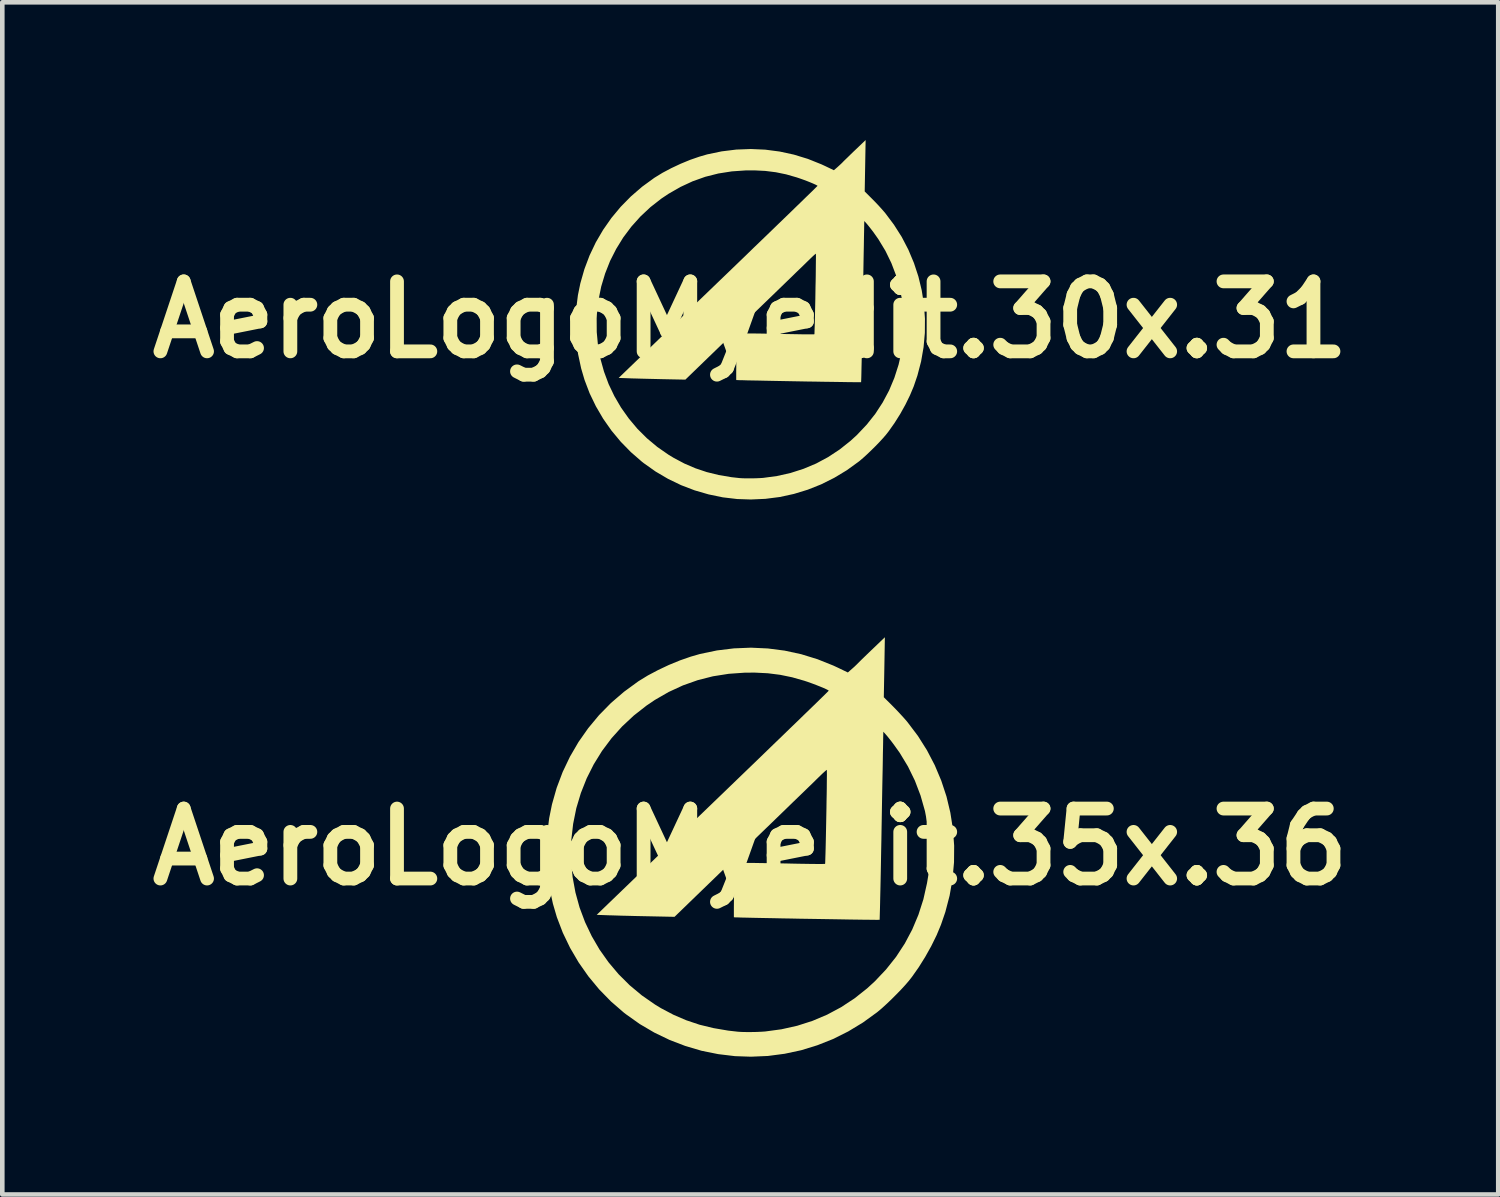
<source format=kicad_pcb>
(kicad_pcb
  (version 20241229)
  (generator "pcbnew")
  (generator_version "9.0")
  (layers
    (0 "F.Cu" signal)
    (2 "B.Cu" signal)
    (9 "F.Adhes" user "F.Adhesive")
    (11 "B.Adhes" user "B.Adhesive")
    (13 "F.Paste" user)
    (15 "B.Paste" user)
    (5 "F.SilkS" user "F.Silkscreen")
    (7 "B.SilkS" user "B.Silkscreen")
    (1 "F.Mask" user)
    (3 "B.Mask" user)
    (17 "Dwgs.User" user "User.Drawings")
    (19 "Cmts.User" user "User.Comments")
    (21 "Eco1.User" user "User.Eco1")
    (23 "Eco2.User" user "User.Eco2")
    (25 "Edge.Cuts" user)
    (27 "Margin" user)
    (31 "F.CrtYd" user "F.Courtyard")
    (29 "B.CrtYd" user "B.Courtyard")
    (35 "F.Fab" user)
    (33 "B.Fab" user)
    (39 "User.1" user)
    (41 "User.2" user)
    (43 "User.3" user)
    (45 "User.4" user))
  (footprint "AeroLogoMyedit.30x.31"
    (layer "F.Cu")
    (at 13.288 3.912)
    (property "Reference" "AeroLogoMyedit.30x.31" (at 0 0 0) (layer "F.SilkS") (effects (font (size 1.524 1.524) (thickness 0.3))))
    (attr board_only exclude_from_pos_files exclude_from_bom)
    (fp_poly (pts (xy 2.502 -3.352) (xy 2.492 -2.793) (xy 2.658 -2.627) (xy 2.724 -2.56) (xy 2.794 -2.486) (xy 2.86 -2.413) (xy 2.917 -2.348) (xy 2.936 -2.326) (xy 3.128 -2.07) (xy 3.298 -1.803) (xy 3.443 -1.524) (xy 3.564 -1.236) (xy 3.661 -0.941) (xy 3.734 -0.639) (xy 3.782 -0.332) (xy 3.804 -0.023) (xy 3.802 0.288) (xy 3.774 0.599) (xy 3.72 0.909) (xy 3.64 1.215) (xy 3.559 1.453) (xy 3.477 1.648) (xy 3.378 1.85) (xy 3.265 2.053) (xy 3.143 2.247) (xy 3.017 2.426) (xy 2.957 2.503) (xy 2.894 2.576) (xy 2.816 2.661) (xy 2.728 2.752) (xy 2.635 2.844) (xy 2.543 2.932) (xy 2.456 3.011) (xy 2.38 3.076) (xy 2.366 3.087) (xy 2.104 3.277) (xy 1.829 3.443) (xy 1.545 3.585) (xy 1.251 3.702) (xy 0.95 3.794) (xy 0.642 3.861) (xy 0.329 3.901) (xy 0.012 3.915) (xy -0.285 3.905) (xy -0.599 3.868) (xy -0.908 3.804) (xy -1.211 3.716) (xy -1.506 3.603) (xy -1.79 3.466) (xy -2.062 3.306) (xy -2.319 3.124) (xy -2.36 3.092) (xy -2.599 2.884) (xy -2.82 2.658) (xy -3.022 2.415) (xy -3.203 2.157) (xy -3.362 1.885) (xy -3.498 1.603) (xy -3.609 1.311) (xy -3.683 1.059) (xy -3.751 0.741) (xy -3.792 0.422) (xy -3.806 0.102) (xy -3.801 -0.027) (xy -3.345 -0.027) (xy -3.343 0.27) (xy -3.316 0.563) (xy -3.263 0.851) (xy -3.185 1.131) (xy -3.084 1.403) (xy -2.959 1.665) (xy -2.813 1.915) (xy -2.645 2.152) (xy -2.458 2.375) (xy -2.25 2.582) (xy -2.024 2.771) (xy -1.779 2.941) (xy -1.665 3.01) (xy -1.433 3.133) (xy -1.195 3.235) (xy -0.948 3.318) (xy -0.688 3.382) (xy -0.411 3.429) (xy -0.231 3.449) (xy -0.163 3.453) (xy -0.076 3.455) (xy 0.021 3.455) (xy 0.12 3.453) (xy 0.212 3.449) (xy 0.278 3.445) (xy 0.582 3.404) (xy 0.876 3.338) (xy 1.16 3.247) (xy 1.434 3.132) (xy 1.695 2.992) (xy 1.944 2.828) (xy 2.181 2.64) (xy 2.324 2.509) (xy 2.534 2.287) (xy 2.721 2.052) (xy 2.883 1.803) (xy 3.023 1.541) (xy 3.138 1.266) (xy 3.23 0.978) (xy 3.299 0.676) (xy 3.325 0.515) (xy 3.333 0.433) (xy 3.339 0.331) (xy 3.342 0.215) (xy 3.343 0.091) (xy 3.341 -0.034) (xy 3.336 -0.153) (xy 3.329 -0.26) (xy 3.32 -0.349) (xy 3.318 -0.366) (xy 3.259 -0.669) (xy 3.177 -0.959) (xy 3.072 -1.235) (xy 2.943 -1.5) (xy 2.789 -1.754) (xy 2.679 -1.91) (xy 2.635 -1.967) (xy 2.592 -2.022) (xy 2.554 -2.069) (xy 2.532 -2.095) (xy 2.483 -2.149) (xy 2.481 -2.082) (xy 2.481 -2.06) (xy 2.48 -2.012) (xy 2.479 -1.941) (xy 2.477 -1.848) (xy 2.475 -1.735) (xy 2.473 -1.603) (xy 2.47 -1.455) (xy 2.467 -1.291) (xy 2.464 -1.114) (xy 2.461 -0.925) (xy 2.457 -0.726) (xy 2.453 -0.52) (xy 2.45 -0.33) (xy 2.446 -0.118) (xy 2.442 0.086) (xy 2.439 0.28) (xy 2.435 0.464) (xy 2.432 0.636) (xy 2.428 0.793) (xy 2.425 0.934) (xy 2.422 1.058) (xy 2.42 1.163) (xy 2.418 1.248) (xy 2.416 1.31) (xy 2.414 1.348) (xy 2.414 1.361) (xy 2.399 1.361) (xy 2.36 1.361) (xy 2.299 1.361) (xy 2.217 1.36) (xy 2.116 1.359) (xy 2 1.357) (xy 1.87 1.355) (xy 1.728 1.353) (xy 1.577 1.351) (xy 1.419 1.348) (xy 1.256 1.346) (xy 1.09 1.343) (xy 0.924 1.34) (xy 0.759 1.337) (xy 0.598 1.334) (xy 0.444 1.331) (xy 0.298 1.328) (xy 0.163 1.325) (xy 0.04 1.323) (xy -0.067 1.321) (xy -0.157 1.318) (xy -0.228 1.317) (xy -0.277 1.315) (xy -0.302 1.314) (xy -0.305 1.313) (xy -0.306 1.299) (xy -0.306 1.261) (xy -0.306 1.202) (xy -0.306 1.124) (xy -0.305 1.032) (xy -0.304 0.927) (xy -0.302 0.813) (xy -0.302 0.803) (xy -0.294 0.298) (xy -0.069 0.299) (xy -0.007 0.299) (xy 0.078 0.3) (xy 0.182 0.301) (xy 0.301 0.303) (xy 0.43 0.305) (xy 0.565 0.308) (xy 0.703 0.31) (xy 0.772 0.312) (xy 0.899 0.314) (xy 1.017 0.316) (xy 1.124 0.318) (xy 1.217 0.319) (xy 1.294 0.319) (xy 1.351 0.319) (xy 1.386 0.318) (xy 1.396 0.317) (xy 1.398 0.303) (xy 1.399 0.264) (xy 1.401 0.204) (xy 1.404 0.125) (xy 1.406 0.029) (xy 1.409 -0.079) (xy 1.411 -0.198) (xy 1.414 -0.324) (xy 1.417 -0.456) (xy 1.419 -0.59) (xy 1.421 -0.723) (xy 1.424 -0.852) (xy 1.426 -0.976) (xy 1.427 -1.09) (xy 1.428 -1.193) (xy 1.429 -1.282) (xy 1.43 -1.353) (xy 1.43 -1.404) (xy 1.429 -1.432) (xy 1.428 -1.437) (xy 1.417 -1.43) (xy 1.391 -1.408) (xy 1.353 -1.373) (xy 1.308 -1.33) (xy 1.305 -1.327) (xy 1.281 -1.303) (xy 1.238 -1.262) (xy 1.179 -1.204) (xy 1.104 -1.131) (xy 1.014 -1.045) (xy 0.912 -0.945) (xy 0.797 -0.834) (xy 0.672 -0.713) (xy 0.538 -0.583) (xy 0.395 -0.445) (xy 0.246 -0.301) (xy 0.091 -0.151) (xy -0.068 0.003) (xy -0.113 0.047) (xy -1.413 1.305) (xy -1.905 1.295) (xy -2.031 1.292) (xy -2.159 1.289) (xy -2.284 1.286) (xy -2.401 1.283) (xy -2.505 1.28) (xy -2.59 1.278) (xy -2.632 1.276) (xy -2.866 1.268) (xy -0.701 -0.818) (xy -0.496 -1.015) (xy -0.297 -1.207) (xy -0.104 -1.393) (xy 0.081 -1.573) (xy 0.26 -1.745) (xy 0.429 -1.908) (xy 0.589 -2.063) (xy 0.738 -2.207) (xy 0.876 -2.34) (xy 1.001 -2.462) (xy 1.114 -2.571) (xy 1.212 -2.667) (xy 1.296 -2.748) (xy 1.364 -2.814) (xy 1.415 -2.865) (xy 1.448 -2.898) (xy 1.464 -2.913) (xy 1.465 -2.915) (xy 1.452 -2.925) (xy 1.419 -2.942) (xy 1.368 -2.965) (xy 1.304 -2.992) (xy 1.231 -3.021) (xy 1.153 -3.05) (xy 1.074 -3.078) (xy 1.008 -3.1) (xy 0.782 -3.165) (xy 0.558 -3.211) (xy 0.328 -3.24) (xy 0.086 -3.252) (xy -0.1 -3.251) (xy -0.402 -3.23) (xy -0.695 -3.184) (xy -0.98 -3.112) (xy -1.255 -3.014) (xy -1.522 -2.89) (xy -1.781 -2.741) (xy -1.935 -2.638) (xy -2.173 -2.452) (xy -2.391 -2.248) (xy -2.589 -2.027) (xy -2.766 -1.791) (xy -2.92 -1.541) (xy -3.053 -1.279) (xy -3.161 -1.005) (xy -3.246 -0.722) (xy -3.305 -0.43) (xy -3.339 -0.131) (xy -3.345 -0.027) (xy -3.801 -0.027) (xy -3.793 -0.217) (xy -3.753 -0.535) (xy -3.7 -0.793) (xy -3.612 -1.101) (xy -3.5 -1.398) (xy -3.364 -1.684) (xy -3.205 -1.956) (xy -3.024 -2.215) (xy -2.822 -2.458) (xy -2.599 -2.685) (xy -2.356 -2.895) (xy -2.094 -3.086) (xy -2.082 -3.094) (xy -1.911 -3.199) (xy -1.72 -3.3) (xy -1.518 -3.395) (xy -1.312 -3.48) (xy -1.11 -3.55) (xy -0.938 -3.6) (xy -0.622 -3.666) (xy -0.304 -3.705) (xy 0.013 -3.717) (xy 0.328 -3.703) (xy 0.641 -3.662) (xy 0.95 -3.595) (xy 1.254 -3.502) (xy 1.551 -3.383) (xy 1.639 -3.342) (xy 1.821 -3.255) (xy 1.897 -3.321) (xy 1.941 -3.361) (xy 1.984 -3.401) (xy 2.014 -3.431) (xy 2.035 -3.453) (xy 2.073 -3.49) (xy 2.124 -3.539) (xy 2.183 -3.597) (xy 2.249 -3.661) (xy 2.283 -3.693) (xy 2.512 -3.912)) (stroke (width 0) (type solid)) (fill yes) (layer "F.SilkS")))
  (footprint "AeroLogoMyedit.35x.36"
    (layer "F.Cu")
    (at 13.288 15.392)
    (property "Reference" "AeroLogoMyedit.35x.36" (at 0 0 0) (layer "F.SilkS") (effects (font (size 1.524 1.524) (thickness 0.3))))
    (attr board_only exclude_from_pos_files exclude_from_bom)
    (fp_poly (pts (xy 2.92 -3.912) (xy 2.908 -3.259) (xy 3.102 -3.066) (xy 3.179 -2.987) (xy 3.26 -2.901) (xy 3.338 -2.816) (xy 3.404 -2.741) (xy 3.426 -2.714) (xy 3.651 -2.416) (xy 3.848 -2.104) (xy 4.018 -1.778) (xy 4.159 -1.443) (xy 4.273 -1.098) (xy 4.357 -0.746) (xy 4.413 -0.388) (xy 4.44 -0.027) (xy 4.437 0.336) (xy 4.404 0.699) (xy 4.341 1.061) (xy 4.248 1.418) (xy 4.153 1.695) (xy 4.058 1.923) (xy 3.942 2.159) (xy 3.81 2.395) (xy 3.668 2.622) (xy 3.521 2.831) (xy 3.45 2.921) (xy 3.377 3.006) (xy 3.286 3.105) (xy 3.183 3.211) (xy 3.075 3.319) (xy 2.967 3.422) (xy 2.866 3.514) (xy 2.777 3.589) (xy 2.761 3.602) (xy 2.455 3.824) (xy 2.135 4.018) (xy 1.803 4.184) (xy 1.46 4.32) (xy 1.109 4.428) (xy 0.75 4.505) (xy 0.384 4.553) (xy 0.014 4.569) (xy -0.332 4.557) (xy -0.699 4.513) (xy -1.06 4.44) (xy -1.413 4.336) (xy -1.757 4.204) (xy -2.089 4.044) (xy -2.406 3.858) (xy -2.706 3.645) (xy -2.754 3.608) (xy -3.033 3.366) (xy -3.291 3.102) (xy -3.526 2.818) (xy -3.737 2.517) (xy -3.923 2.2) (xy -4.082 1.87) (xy -4.212 1.53) (xy -4.298 1.236) (xy -4.378 0.865) (xy -4.425 0.492) (xy -4.442 0.12) (xy -4.435 -0.032) (xy -3.904 -0.032) (xy -3.902 0.315) (xy -3.869 0.657) (xy -3.807 0.993) (xy -3.717 1.32) (xy -3.598 1.638) (xy -3.453 1.943) (xy -3.283 2.235) (xy -3.087 2.512) (xy -2.868 2.772) (xy -2.626 3.013) (xy -2.361 3.234) (xy -2.076 3.432) (xy -1.943 3.513) (xy -1.672 3.656) (xy -1.395 3.775) (xy -1.106 3.872) (xy -0.802 3.946) (xy -0.48 4.001) (xy -0.269 4.025) (xy -0.19 4.03) (xy -0.089 4.032) (xy 0.024 4.032) (xy 0.14 4.03) (xy 0.248 4.025) (xy 0.324 4.02) (xy 0.679 3.972) (xy 1.023 3.895) (xy 1.354 3.789) (xy 1.673 3.654) (xy 1.978 3.491) (xy 2.269 3.3) (xy 2.545 3.081) (xy 2.712 2.928) (xy 2.957 2.669) (xy 3.175 2.395) (xy 3.365 2.104) (xy 3.527 1.799) (xy 3.662 1.478) (xy 3.77 1.141) (xy 3.849 0.789) (xy 3.88 0.601) (xy 3.89 0.506) (xy 3.896 0.386) (xy 3.9 0.251) (xy 3.901 0.106) (xy 3.898 -0.04) (xy 3.893 -0.179) (xy 3.885 -0.304) (xy 3.875 -0.407) (xy 3.872 -0.427) (xy 3.804 -0.781) (xy 3.708 -1.119) (xy 3.585 -1.442) (xy 3.434 -1.751) (xy 3.255 -2.047) (xy 3.126 -2.228) (xy 3.075 -2.296) (xy 3.024 -2.36) (xy 2.981 -2.414) (xy 2.954 -2.445) (xy 2.897 -2.508) (xy 2.896 -2.429) (xy 2.895 -2.404) (xy 2.894 -2.348) (xy 2.893 -2.265) (xy 2.891 -2.157) (xy 2.888 -2.025) (xy 2.886 -1.871) (xy 2.883 -1.698) (xy 2.879 -1.507) (xy 2.875 -1.3) (xy 2.871 -1.08) (xy 2.867 -0.848) (xy 2.863 -0.606) (xy 2.859 -0.385) (xy 2.855 -0.138) (xy 2.85 0.1) (xy 2.846 0.327) (xy 2.842 0.542) (xy 2.838 0.742) (xy 2.834 0.925) (xy 2.83 1.09) (xy 2.827 1.235) (xy 2.824 1.358) (xy 2.821 1.456) (xy 2.819 1.529) (xy 2.818 1.573) (xy 2.817 1.588) (xy 2.8 1.588) (xy 2.755 1.589) (xy 2.683 1.588) (xy 2.587 1.587) (xy 2.47 1.586) (xy 2.334 1.584) (xy 2.182 1.582) (xy 2.017 1.579) (xy 1.84 1.576) (xy 1.656 1.573) (xy 1.465 1.57) (xy 1.272 1.567) (xy 1.078 1.564) (xy 0.886 1.56) (xy 0.698 1.557) (xy 0.518 1.553) (xy 0.348 1.55) (xy 0.19 1.547) (xy 0.047 1.544) (xy -0.079 1.541) (xy -0.184 1.539) (xy -0.266 1.536) (xy -0.323 1.535) (xy -0.352 1.533) (xy -0.356 1.533) (xy -0.357 1.516) (xy -0.357 1.471) (xy -0.357 1.402) (xy -0.357 1.312) (xy -0.356 1.204) (xy -0.354 1.082) (xy -0.352 0.949) (xy -0.352 0.938) (xy -0.343 0.348) (xy -0.081 0.349) (xy -0.008 0.349) (xy 0.092 0.35) (xy 0.213 0.352) (xy 0.351 0.354) (xy 0.502 0.356) (xy 0.66 0.359) (xy 0.82 0.362) (xy 0.901 0.364) (xy 1.049 0.367) (xy 1.187 0.369) (xy 1.312 0.371) (xy 1.421 0.372) (xy 1.51 0.373) (xy 1.576 0.372) (xy 1.617 0.371) (xy 1.629 0.37) (xy 1.631 0.353) (xy 1.633 0.308) (xy 1.635 0.238) (xy 1.638 0.145) (xy 1.641 0.034) (xy 1.644 -0.092) (xy 1.647 -0.231) (xy 1.65 -0.379) (xy 1.653 -0.532) (xy 1.656 -0.688) (xy 1.659 -0.843) (xy 1.661 -0.995) (xy 1.664 -1.139) (xy 1.666 -1.272) (xy 1.667 -1.392) (xy 1.668 -1.496) (xy 1.669 -1.579) (xy 1.668 -1.638) (xy 1.668 -1.671) (xy 1.667 -1.677) (xy 1.654 -1.669) (xy 1.623 -1.643) (xy 1.579 -1.603) (xy 1.526 -1.552) (xy 1.523 -1.548) (xy 1.494 -1.521) (xy 1.445 -1.473) (xy 1.376 -1.405) (xy 1.288 -1.32) (xy 1.184 -1.219) (xy 1.064 -1.103) (xy 0.93 -0.974) (xy 0.784 -0.832) (xy 0.627 -0.68) (xy 0.461 -0.519) (xy 0.287 -0.351) (xy 0.106 -0.176) (xy -0.079 0.004) (xy -0.132 0.055) (xy -1.649 1.523) (xy -2.223 1.511) (xy -2.37 1.508) (xy -2.519 1.505) (xy -2.666 1.501) (xy -2.802 1.498) (xy -2.924 1.494) (xy -3.023 1.491) (xy -3.071 1.49) (xy -3.344 1.48) (xy -0.818 -0.955) (xy -0.579 -1.185) (xy -0.347 -1.409) (xy -0.122 -1.626) (xy 0.095 -1.835) (xy 0.303 -2.036) (xy 0.5 -2.227) (xy 0.687 -2.407) (xy 0.861 -2.576) (xy 1.022 -2.731) (xy 1.168 -2.873) (xy 1.3 -3.001) (xy 1.415 -3.112) (xy 1.512 -3.207) (xy 1.591 -3.284) (xy 1.651 -3.343) (xy 1.69 -3.382) (xy 1.708 -3.4) (xy 1.709 -3.401) (xy 1.695 -3.413) (xy 1.656 -3.433) (xy 1.596 -3.46) (xy 1.522 -3.491) (xy 1.436 -3.525) (xy 1.346 -3.559) (xy 1.254 -3.592) (xy 1.176 -3.618) (xy 0.913 -3.693) (xy 0.651 -3.747) (xy 0.383 -3.781) (xy 0.101 -3.795) (xy -0.117 -3.794) (xy -0.469 -3.769) (xy -0.812 -3.715) (xy -1.143 -3.631) (xy -1.465 -3.517) (xy -1.777 -3.373) (xy -2.079 -3.199) (xy -2.258 -3.078) (xy -2.535 -2.861) (xy -2.79 -2.623) (xy -3.021 -2.366) (xy -3.228 -2.09) (xy -3.408 -1.799) (xy -3.562 -1.493) (xy -3.689 -1.173) (xy -3.788 -0.843) (xy -3.857 -0.502) (xy -3.897 -0.153) (xy -3.904 -0.032) (xy -4.435 -0.032) (xy -4.426 -0.253) (xy -4.379 -0.624) (xy -4.318 -0.926) (xy -4.216 -1.285) (xy -4.085 -1.632) (xy -3.926 -1.965) (xy -3.741 -2.283) (xy -3.529 -2.585) (xy -3.293 -2.869) (xy -3.033 -3.134) (xy -2.749 -3.378) (xy -2.444 -3.601) (xy -2.429 -3.611) (xy -2.23 -3.733) (xy -2.007 -3.851) (xy -1.772 -3.962) (xy -1.531 -4.061) (xy -1.295 -4.143) (xy -1.094 -4.201) (xy -0.725 -4.278) (xy -0.355 -4.323) (xy 0.015 -4.338) (xy 0.383 -4.321) (xy 0.748 -4.274) (xy 1.109 -4.196) (xy 1.463 -4.087) (xy 1.81 -3.948) (xy 1.913 -3.9) (xy 2.125 -3.798) (xy 2.214 -3.876) (xy 2.266 -3.922) (xy 2.315 -3.969) (xy 2.35 -4.004) (xy 2.375 -4.029) (xy 2.419 -4.073) (xy 2.478 -4.13) (xy 2.548 -4.198) (xy 2.625 -4.272) (xy 2.665 -4.31) (xy 2.931 -4.565)) (stroke (width 0) (type solid)) (fill yes) (layer "F.SilkS")))
  (gr_rect
    (start -3 -3)
    (end 29.576 22.961)
    (stroke (width 0.1) (type default))
    (fill no)
    (layer "Edge.Cuts")))
</source>
